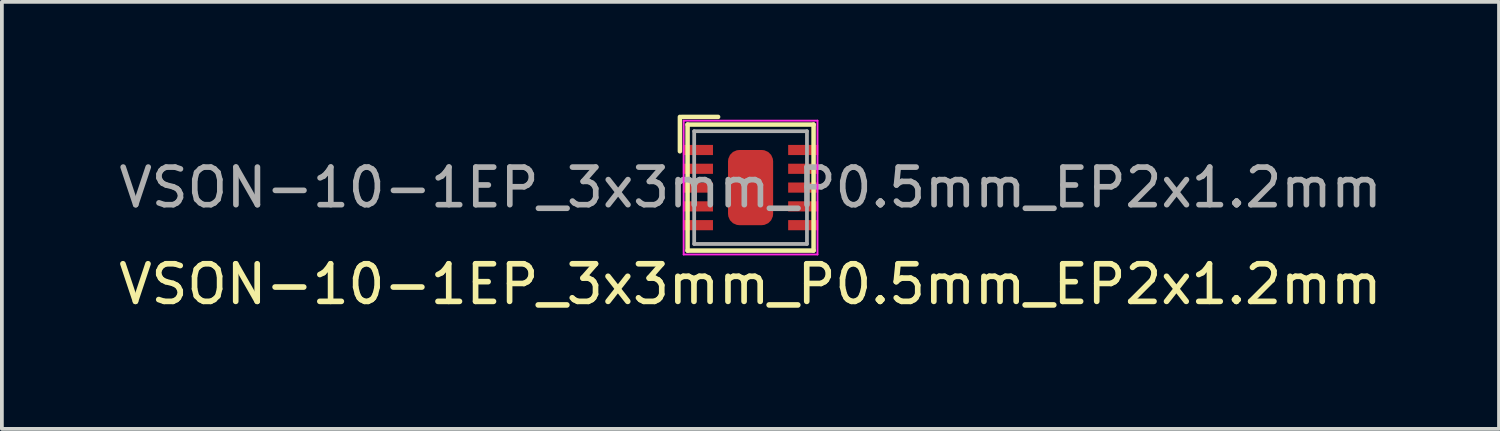
<source format=kicad_pcb>
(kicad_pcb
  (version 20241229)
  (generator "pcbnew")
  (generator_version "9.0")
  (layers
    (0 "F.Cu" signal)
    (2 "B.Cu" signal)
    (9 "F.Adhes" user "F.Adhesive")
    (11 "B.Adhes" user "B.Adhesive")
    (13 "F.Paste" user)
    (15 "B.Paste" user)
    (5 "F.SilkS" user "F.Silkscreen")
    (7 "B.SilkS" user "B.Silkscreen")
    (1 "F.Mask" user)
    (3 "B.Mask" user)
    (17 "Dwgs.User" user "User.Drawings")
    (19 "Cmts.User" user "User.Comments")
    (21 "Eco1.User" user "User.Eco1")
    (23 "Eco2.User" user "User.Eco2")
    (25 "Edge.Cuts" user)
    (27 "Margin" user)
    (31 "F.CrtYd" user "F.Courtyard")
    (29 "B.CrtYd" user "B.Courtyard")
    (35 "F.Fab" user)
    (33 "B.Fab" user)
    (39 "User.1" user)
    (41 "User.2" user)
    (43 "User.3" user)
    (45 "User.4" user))
  (footprint "VSON-10-1EP_3x3mm_P0.5mm_EP2x1.2mm"
    (layer "F.Cu")
    (at 16.917 1.94)
    (property "Reference" "VSON-10-1EP_3x3mm_P0.5mm_EP2x1.2mm" (at -0.006 2.572 0) (layer "F.SilkS") (effects (font (size 1 1) (thickness 0.15))))
    (attr smd)
    (fp_line (start -1.88 -1.88) (end -1.88 -0.965) (stroke (width 0.12) (type solid)) (layer "F.SilkS"))
    (fp_line (start -1.676 -1.676) (end -1.676 1.676) (stroke (width 0.12) (type solid)) (layer "F.SilkS"))
    (fp_line (start -1.676 1.676) (end 1.676 1.676) (stroke (width 0.12) (type solid)) (layer "F.SilkS"))
    (fp_line (start -0.864 -1.88) (end -1.829 -1.88) (stroke (width 0.12) (type solid)) (layer "F.SilkS"))
    (fp_line (start 1.676 -1.676) (end -1.676 -1.676) (stroke (width 0.12) (type solid)) (layer "F.SilkS"))
    (fp_line (start 1.676 1.676) (end 1.676 -1.676) (stroke (width 0.12) (type solid)) (layer "F.SilkS"))
    (fp_line (start -1.78 -1.78) (end -1.78 1.78) (stroke (width 0.05) (type solid)) (layer "F.CrtYd"))
    (fp_line (start -1.78 1.78) (end 1.78 1.78) (stroke (width 0.05) (type solid)) (layer "F.CrtYd"))
    (fp_line (start 1.78 -1.78) (end -1.78 -1.78) (stroke (width 0.05) (type solid)) (layer "F.CrtYd"))
    (fp_line (start 1.78 1.78) (end 1.78 -1.78) (stroke (width 0.05) (type solid)) (layer "F.CrtYd"))
    (fp_line (start -1.5 -1.5) (end -1.5 1.5) (stroke (width 0.1) (type solid)) (layer "F.Fab"))
    (fp_line (start -1.5 1.5) (end 1.5 1.5) (stroke (width 0.1) (type solid)) (layer "F.Fab"))
    (fp_line (start 1.5 -1.5) (end -1.5 -1.5) (stroke (width 0.1) (type solid)) (layer "F.Fab"))
    (fp_line (start 1.5 1.5) (end 1.5 -1.5) (stroke (width 0.1) (type solid)) (layer "F.Fab"))
    (fp_text user "${REFERENCE}" (at 0 0 0) (layer "F.Fab") (effects (font (size 1 1) (thickness 0.15))))
    (pad "1" smd rect (at -1.4 -1) (size 0.8 0.27) (layers "F.Cu" "F.Mask" "F.Paste"))
    (pad "2" smd rect (at -1.4 -0.5) (size 0.8 0.27) (layers "F.Cu" "F.Mask" "F.Paste"))
    (pad "3" smd rect (at -1.4 0) (size 0.8 0.27) (layers "F.Cu" "F.Mask" "F.Paste"))
    (pad "4" smd rect (at -1.4 0.5) (size 0.8 0.27) (layers "F.Cu" "F.Mask" "F.Paste"))
    (pad "5" smd rect (at -1.4 1) (size 0.8 0.27) (layers "F.Cu" "F.Mask" "F.Paste"))
    (pad "6" smd rect (at 1.4 1) (size 0.8 0.27) (layers "F.Cu" "F.Mask" "F.Paste"))
    (pad "7" smd rect (at 1.4 0.5) (size 0.8 0.27) (layers "F.Cu" "F.Mask" "F.Paste"))
    (pad "8" smd rect (at 1.4 0) (size 0.8 0.27) (layers "F.Cu" "F.Mask" "F.Paste"))
    (pad "9" smd rect (at 1.4 -0.5) (size 0.8 0.27) (layers "F.Cu" "F.Mask" "F.Paste"))
    (pad "10" smd rect (at 1.4 -1) (size 0.8 0.27) (layers "F.Cu" "F.Mask" "F.Paste"))
    (pad "11" smd roundrect (at 0 0) (size 1.2 2) (layers "F.Cu" "F.Mask" "F.Paste") (roundrect_rratio 0.25)))
  (gr_rect
    (start -3 -3)
    (end 36.827 8.36)
    (stroke (width 0.1) (type default))
    (fill no)
    (layer "Edge.Cuts")))
</source>
